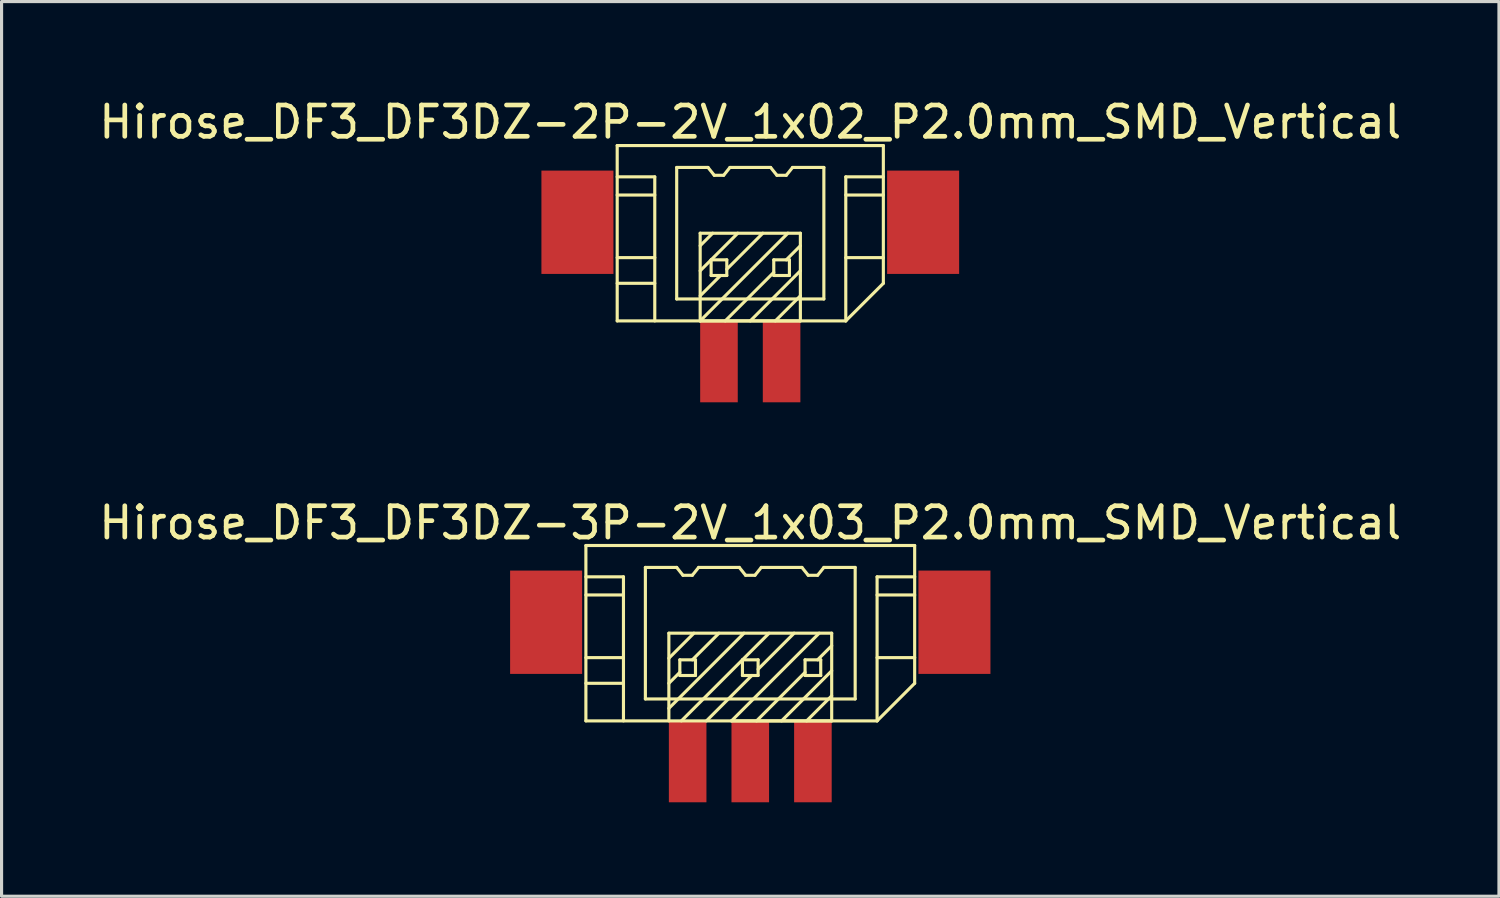
<source format=kicad_pcb>
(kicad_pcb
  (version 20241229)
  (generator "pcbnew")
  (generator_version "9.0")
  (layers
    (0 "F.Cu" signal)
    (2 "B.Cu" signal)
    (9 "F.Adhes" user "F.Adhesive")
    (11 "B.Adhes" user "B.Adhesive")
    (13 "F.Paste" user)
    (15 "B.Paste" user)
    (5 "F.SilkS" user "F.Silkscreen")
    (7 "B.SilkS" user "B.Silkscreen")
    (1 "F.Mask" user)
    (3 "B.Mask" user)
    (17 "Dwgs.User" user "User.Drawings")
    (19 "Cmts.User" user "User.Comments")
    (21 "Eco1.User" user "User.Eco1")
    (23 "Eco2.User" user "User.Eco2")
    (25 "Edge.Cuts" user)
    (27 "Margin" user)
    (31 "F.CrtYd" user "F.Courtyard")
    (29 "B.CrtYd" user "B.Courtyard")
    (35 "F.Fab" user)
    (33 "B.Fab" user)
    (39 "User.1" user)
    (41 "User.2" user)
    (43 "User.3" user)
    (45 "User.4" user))
  (footprint "Hirose_DF3_DF3DZ-2P-2V_1x02_P2.0mm_SMD_Vertical"
    (layer "F.Cu")
    (at 20.911 4.048)
    (property "Reference" "Hirose_DF3_DF3DZ-2P-2V_1x02_P2.0mm_SMD_Vertical" (at 0 -3.2 0) (layer "F.SilkS") (effects (font (size 1 1) (thickness 0.15))))
    (attr through_hole)
    (fp_line (start -4.25 -2.45) (end -4.25 3.15) (stroke (width 0.1) (type solid)) (layer "F.SilkS"))
    (fp_line (start -4.25 -2.45) (end 4.25 -2.45) (stroke (width 0.1) (type solid)) (layer "F.SilkS"))
    (fp_line (start -4.25 -0.87) (end -3.05 -0.87) (stroke (width 0.1) (type solid)) (layer "F.SilkS"))
    (fp_line (start -4.25 1.13) (end -3.05 1.13) (stroke (width 0.1) (type solid)) (layer "F.SilkS"))
    (fp_line (start -4.25 1.95) (end -3.05 1.95) (stroke (width 0.1) (type solid)) (layer "F.SilkS"))
    (fp_line (start -4.25 3.15) (end 3.05 3.15) (stroke (width 0.1) (type solid)) (layer "F.SilkS"))
    (fp_line (start -3.05 -1.45) (end -4.25 -1.45) (stroke (width 0.1) (type solid)) (layer "F.SilkS"))
    (fp_line (start -3.05 3.15) (end -3.05 -1.45) (stroke (width 0.1) (type solid)) (layer "F.SilkS"))
    (fp_line (start -2.35 -1.75) (end -2.35 2.45) (stroke (width 0.1) (type solid)) (layer "F.SilkS"))
    (fp_line (start -2.35 2.45) (end 2.35 2.45) (stroke (width 0.1) (type solid)) (layer "F.SilkS"))
    (fp_line (start -1.6 0.35) (end -1.6 3.15) (stroke (width 0.1) (type solid)) (layer "F.SilkS"))
    (fp_line (start -1.6 2.35) (end -0.95 1.7) (stroke (width 0.1) (type solid)) (layer "F.SilkS"))
    (fp_line (start -1.6 3.15) (end 1.6 3.15) (stroke (width 0.1) (type solid)) (layer "F.SilkS"))
    (fp_line (start -1.35 -1.75) (end -2.35 -1.75) (stroke (width 0.1) (type solid)) (layer "F.SilkS"))
    (fp_line (start -1.35 -1.75) (end -1.15 -1.5) (stroke (width 0.1) (type solid)) (layer "F.SilkS"))
    (fp_line (start -1.25 1.2) (end -1.25 1.7) (stroke (width 0.1) (type solid)) (layer "F.SilkS"))
    (fp_line (start -1.25 1.7) (end -0.75 1.7) (stroke (width 0.1) (type solid)) (layer "F.SilkS"))
    (fp_line (start -1.2 0.35) (end -1.6 0.75) (stroke (width 0.1) (type solid)) (layer "F.SilkS"))
    (fp_line (start -1.15 -1.5) (end -0.85 -1.5) (stroke (width 0.1) (type solid)) (layer "F.SilkS"))
    (fp_line (start -0.85 -1.5) (end -0.65 -1.75) (stroke (width 0.1) (type solid)) (layer "F.SilkS"))
    (fp_line (start -0.8 3.15) (end 0.75 1.6) (stroke (width 0.1) (type solid)) (layer "F.SilkS"))
    (fp_line (start -0.75 1.2) (end -1.25 1.2) (stroke (width 0.1) (type solid)) (layer "F.SilkS"))
    (fp_line (start -0.75 1.7) (end -0.75 1.2) (stroke (width 0.1) (type solid)) (layer "F.SilkS"))
    (fp_line (start -0.4 0.35) (end -1.6 1.55) (stroke (width 0.1) (type solid)) (layer "F.SilkS"))
    (fp_line (start 0.4 0.35) (end -0.75 1.5) (stroke (width 0.1) (type solid)) (layer "F.SilkS"))
    (fp_line (start 0.65 -1.75) (end -0.65 -1.75) (stroke (width 0.1) (type solid)) (layer "F.SilkS"))
    (fp_line (start 0.65 -1.75) (end 0.85 -1.5) (stroke (width 0.1) (type solid)) (layer "F.SilkS"))
    (fp_line (start 0.75 1.2) (end 0.75 1.7) (stroke (width 0.1) (type solid)) (layer "F.SilkS"))
    (fp_line (start 0.75 1.7) (end 1.25 1.7) (stroke (width 0.1) (type solid)) (layer "F.SilkS"))
    (fp_line (start 0.85 -1.5) (end 1.15 -1.5) (stroke (width 0.1) (type solid)) (layer "F.SilkS"))
    (fp_line (start 1.15 -1.5) (end 1.35 -1.75) (stroke (width 0.1) (type solid)) (layer "F.SilkS"))
    (fp_line (start 1.2 0.35) (end -1.6 3.15) (stroke (width 0.1) (type solid)) (layer "F.SilkS"))
    (fp_line (start 1.25 1.2) (end 0.75 1.2) (stroke (width 0.1) (type solid)) (layer "F.SilkS"))
    (fp_line (start 1.25 1.7) (end 1.25 1.2) (stroke (width 0.1) (type solid)) (layer "F.SilkS"))
    (fp_line (start 1.6 0.35) (end -1.6 0.35) (stroke (width 0.1) (type solid)) (layer "F.SilkS"))
    (fp_line (start 1.6 0.75) (end 1.15 1.2) (stroke (width 0.1) (type solid)) (layer "F.SilkS"))
    (fp_line (start 1.6 1.55) (end 0 3.15) (stroke (width 0.1) (type solid)) (layer "F.SilkS"))
    (fp_line (start 1.6 2.35) (end 0.8 3.15) (stroke (width 0.1) (type solid)) (layer "F.SilkS"))
    (fp_line (start 1.6 3.15) (end 1.6 0.35) (stroke (width 0.1) (type solid)) (layer "F.SilkS"))
    (fp_line (start 2.35 -1.75) (end 1.35 -1.75) (stroke (width 0.1) (type solid)) (layer "F.SilkS"))
    (fp_line (start 2.35 2.45) (end 2.35 -1.75) (stroke (width 0.1) (type solid)) (layer "F.SilkS"))
    (fp_line (start 3.05 -1.45) (end 4.25 -1.45) (stroke (width 0.1) (type solid)) (layer "F.SilkS"))
    (fp_line (start 3.05 -0.87) (end 4.25 -0.87) (stroke (width 0.1) (type solid)) (layer "F.SilkS"))
    (fp_line (start 3.05 1.13) (end 4.25 1.13) (stroke (width 0.1) (type solid)) (layer "F.SilkS"))
    (fp_line (start 3.05 3.15) (end 3.05 -1.45) (stroke (width 0.1) (type solid)) (layer "F.SilkS"))
    (fp_line (start 3.05 3.15) (end 4.25 1.95) (stroke (width 0.1) (type solid)) (layer "F.SilkS"))
    (fp_line (start 4.25 -2.45) (end 4.25 1.95) (stroke (width 0.1) (type solid)) (layer "F.SilkS"))
    (pad "" smd rect (at -5.52 0) (size 2.3 3.3) (layers "F.Cu" "F.Mask" "F.Paste"))
    (pad "" smd rect (at 5.52 0) (size 2.3 3.3) (layers "F.Cu" "F.Mask" "F.Paste"))
    (pad "1" smd rect (at 1 4.45) (size 1.2 2.6) (layers "F.Cu" "F.Mask" "F.Paste"))
    (pad "2" smd rect (at -1 4.45) (size 1.2 2.6) (layers "F.Cu" "F.Mask" "F.Paste")))
  (footprint "Hirose_DF3_DF3DZ-3P-2V_1x03_P2.0mm_SMD_Vertical"
    (layer "F.Cu")
    (at 20.911 16.822)
    (property "Reference" "Hirose_DF3_DF3DZ-3P-2V_1x03_P2.0mm_SMD_Vertical" (at 0 -3.175 0) (layer "F.SilkS") (effects (font (size 1 1) (thickness 0.15))))
    (attr through_hole)
    (fp_line (start -5.25 -2.45) (end -5.25 3.15) (stroke (width 0.1) (type solid)) (layer "F.SilkS"))
    (fp_line (start -5.25 -2.45) (end 5.25 -2.45) (stroke (width 0.1) (type solid)) (layer "F.SilkS"))
    (fp_line (start -5.25 -0.87) (end -4.05 -0.87) (stroke (width 0.1) (type solid)) (layer "F.SilkS"))
    (fp_line (start -5.25 1.13) (end -4.05 1.13) (stroke (width 0.1) (type solid)) (layer "F.SilkS"))
    (fp_line (start -5.25 1.95) (end -4.05 1.95) (stroke (width 0.1) (type solid)) (layer "F.SilkS"))
    (fp_line (start -5.25 3.15) (end 4.05 3.15) (stroke (width 0.1) (type solid)) (layer "F.SilkS"))
    (fp_line (start -4.05 -1.45) (end -5.25 -1.45) (stroke (width 0.1) (type solid)) (layer "F.SilkS"))
    (fp_line (start -4.05 3.15) (end -4.05 -1.45) (stroke (width 0.1) (type solid)) (layer "F.SilkS"))
    (fp_line (start -3.35 -1.75) (end -3.35 2.45) (stroke (width 0.1) (type solid)) (layer "F.SilkS"))
    (fp_line (start -3.35 2.45) (end 3.35 2.45) (stroke (width 0.1) (type solid)) (layer "F.SilkS"))
    (fp_line (start -2.6 0.35) (end -2.6 3.15) (stroke (width 0.1) (type solid)) (layer "F.SilkS"))
    (fp_line (start -2.35 -1.75) (end -3.35 -1.75) (stroke (width 0.1) (type solid)) (layer "F.SilkS"))
    (fp_line (start -2.35 -1.75) (end -2.15 -1.5) (stroke (width 0.1) (type solid)) (layer "F.SilkS"))
    (fp_line (start -2.25 1.2) (end -2.25 1.7) (stroke (width 0.1) (type solid)) (layer "F.SilkS"))
    (fp_line (start -2.25 1.6) (end -2.6 1.95) (stroke (width 0.1) (type solid)) (layer "F.SilkS"))
    (fp_line (start -2.25 1.7) (end -1.75 1.7) (stroke (width 0.1) (type solid)) (layer "F.SilkS"))
    (fp_line (start -2.15 -1.5) (end -1.85 -1.5) (stroke (width 0.1) (type solid)) (layer "F.SilkS"))
    (fp_line (start -1.85 -1.5) (end -1.65 -1.75) (stroke (width 0.1) (type solid)) (layer "F.SilkS"))
    (fp_line (start -1.8 0.35) (end -2.6 1.15) (stroke (width 0.1) (type solid)) (layer "F.SilkS"))
    (fp_line (start -1.75 1.2) (end -2.25 1.2) (stroke (width 0.1) (type solid)) (layer "F.SilkS"))
    (fp_line (start -1.75 1.7) (end -1.75 1.2) (stroke (width 0.1) (type solid)) (layer "F.SilkS"))
    (fp_line (start -1.4 3.15) (end 0.05 1.7) (stroke (width 0.1) (type solid)) (layer "F.SilkS"))
    (fp_line (start -1 0.35) (end -1.85 1.2) (stroke (width 0.1) (type solid)) (layer "F.SilkS"))
    (fp_line (start -0.6 3.15) (end 2.6 3.15) (stroke (width 0.1) (type solid)) (layer "F.SilkS"))
    (fp_line (start -0.35 -1.75) (end -1.65 -1.75) (stroke (width 0.1) (type solid)) (layer "F.SilkS"))
    (fp_line (start -0.35 -1.75) (end -0.15 -1.5) (stroke (width 0.1) (type solid)) (layer "F.SilkS"))
    (fp_line (start -0.25 1.2) (end -0.25 1.7) (stroke (width 0.1) (type solid)) (layer "F.SilkS"))
    (fp_line (start -0.25 1.7) (end 0.25 1.7) (stroke (width 0.1) (type solid)) (layer "F.SilkS"))
    (fp_line (start -0.2 0.35) (end -2.6 2.75) (stroke (width 0.1) (type solid)) (layer "F.SilkS"))
    (fp_line (start -0.15 -1.5) (end 0.15 -1.5) (stroke (width 0.1) (type solid)) (layer "F.SilkS"))
    (fp_line (start 0.15 -1.5) (end 0.35 -1.75) (stroke (width 0.1) (type solid)) (layer "F.SilkS"))
    (fp_line (start 0.2 3.15) (end 1.75 1.6) (stroke (width 0.1) (type solid)) (layer "F.SilkS"))
    (fp_line (start 0.25 1.2) (end -0.25 1.2) (stroke (width 0.1) (type solid)) (layer "F.SilkS"))
    (fp_line (start 0.25 1.7) (end 0.25 1.2) (stroke (width 0.1) (type solid)) (layer "F.SilkS"))
    (fp_line (start 0.6 0.35) (end -2.2 3.15) (stroke (width 0.1) (type solid)) (layer "F.SilkS"))
    (fp_line (start 1.4 0.35) (end 0.25 1.5) (stroke (width 0.1) (type solid)) (layer "F.SilkS"))
    (fp_line (start 1.65 -1.75) (end 0.35 -1.75) (stroke (width 0.1) (type solid)) (layer "F.SilkS"))
    (fp_line (start 1.65 -1.75) (end 1.85 -1.5) (stroke (width 0.1) (type solid)) (layer "F.SilkS"))
    (fp_line (start 1.75 1.2) (end 1.75 1.7) (stroke (width 0.1) (type solid)) (layer "F.SilkS"))
    (fp_line (start 1.75 1.7) (end 2.25 1.7) (stroke (width 0.1) (type solid)) (layer "F.SilkS"))
    (fp_line (start 1.85 -1.5) (end 2.15 -1.5) (stroke (width 0.1) (type solid)) (layer "F.SilkS"))
    (fp_line (start 2.15 -1.5) (end 2.35 -1.75) (stroke (width 0.1) (type solid)) (layer "F.SilkS"))
    (fp_line (start 2.2 0.35) (end -0.6 3.15) (stroke (width 0.1) (type solid)) (layer "F.SilkS"))
    (fp_line (start 2.25 1.2) (end 1.75 1.2) (stroke (width 0.1) (type solid)) (layer "F.SilkS"))
    (fp_line (start 2.25 1.7) (end 2.25 1.2) (stroke (width 0.1) (type solid)) (layer "F.SilkS"))
    (fp_line (start 2.6 0.35) (end -2.6 0.35) (stroke (width 0.1) (type solid)) (layer "F.SilkS"))
    (fp_line (start 2.6 0.75) (end 2.15 1.2) (stroke (width 0.1) (type solid)) (layer "F.SilkS"))
    (fp_line (start 2.6 1.55) (end 1 3.15) (stroke (width 0.1) (type solid)) (layer "F.SilkS"))
    (fp_line (start 2.6 2.35) (end 1.8 3.15) (stroke (width 0.1) (type solid)) (layer "F.SilkS"))
    (fp_line (start 2.6 3.15) (end 2.6 0.35) (stroke (width 0.1) (type solid)) (layer "F.SilkS"))
    (fp_line (start 3.35 -1.75) (end 2.35 -1.75) (stroke (width 0.1) (type solid)) (layer "F.SilkS"))
    (fp_line (start 3.35 2.45) (end 3.35 -1.75) (stroke (width 0.1) (type solid)) (layer "F.SilkS"))
    (fp_line (start 4.05 -1.45) (end 5.25 -1.45) (stroke (width 0.1) (type solid)) (layer "F.SilkS"))
    (fp_line (start 4.05 -0.87) (end 5.25 -0.87) (stroke (width 0.1) (type solid)) (layer "F.SilkS"))
    (fp_line (start 4.05 1.13) (end 5.25 1.13) (stroke (width 0.1) (type solid)) (layer "F.SilkS"))
    (fp_line (start 4.05 3.15) (end 4.05 -1.45) (stroke (width 0.1) (type solid)) (layer "F.SilkS"))
    (fp_line (start 4.05 3.15) (end 5.25 1.95) (stroke (width 0.1) (type solid)) (layer "F.SilkS"))
    (fp_line (start 5.25 -2.45) (end 5.25 1.95) (stroke (width 0.1) (type solid)) (layer "F.SilkS"))
    (pad "" smd rect (at -6.52 0) (size 2.3 3.3) (layers "F.Cu" "F.Mask" "F.Paste"))
    (pad "" smd rect (at 6.52 0) (size 2.3 3.3) (layers "F.Cu" "F.Mask" "F.Paste"))
    (pad "1" smd rect (at 2 4.45) (size 1.2 2.6) (layers "F.Cu" "F.Mask" "F.Paste"))
    (pad "2" smd rect (at 0 4.45) (size 1.2 2.6) (layers "F.Cu" "F.Mask" "F.Paste"))
    (pad "3" smd rect (at -2 4.45) (size 1.2 2.6) (layers "F.Cu" "F.Mask" "F.Paste")))
  (gr_rect
    (start -3 -3)
    (end 44.821 25.572)
    (stroke (width 0.1) (type default))
    (fill no)
    (layer "Edge.Cuts")))
</source>
